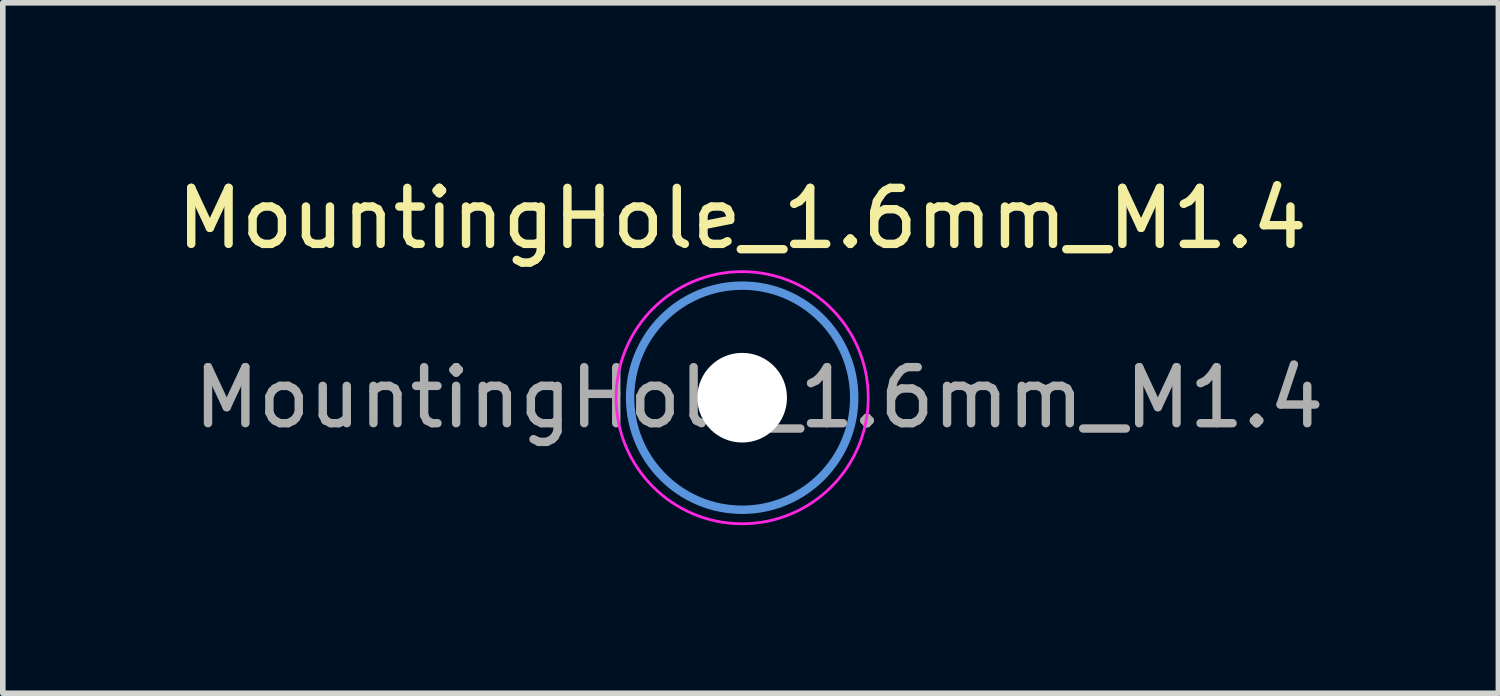
<source format=kicad_pcb>
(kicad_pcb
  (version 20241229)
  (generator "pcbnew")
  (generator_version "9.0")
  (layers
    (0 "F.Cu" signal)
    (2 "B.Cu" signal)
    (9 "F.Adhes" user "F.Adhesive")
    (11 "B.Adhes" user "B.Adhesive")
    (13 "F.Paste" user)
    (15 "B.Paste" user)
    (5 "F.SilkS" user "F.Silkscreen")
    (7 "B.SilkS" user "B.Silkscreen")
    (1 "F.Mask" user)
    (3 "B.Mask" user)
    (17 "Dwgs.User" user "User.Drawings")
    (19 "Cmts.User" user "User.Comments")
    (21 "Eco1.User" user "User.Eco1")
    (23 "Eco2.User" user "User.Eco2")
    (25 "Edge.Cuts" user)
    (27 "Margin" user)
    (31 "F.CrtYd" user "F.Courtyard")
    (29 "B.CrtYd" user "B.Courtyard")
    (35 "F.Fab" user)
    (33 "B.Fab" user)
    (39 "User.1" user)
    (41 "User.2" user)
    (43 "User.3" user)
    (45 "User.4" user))
  (footprint "MountingHole_1.6mm_M1.4"
    (layer "F.Cu")
    (at 10.196 4.048)
    (property "Reference" "MountingHole_1.6mm_M1.4" (at 0 -3.2 0) (layer "F.SilkS") (effects (font (size 1 1) (thickness 0.15))))
    (attr exclude_from_pos_files exclude_from_bom)
    (fp_circle (center 0 0) (end 2 0) (stroke (width 0.15) (type solid)) (fill no) (layer "Cmts.User"))
    (fp_circle (center 0 0) (end 2.25 0) (stroke (width 0.05) (type solid)) (fill no) (layer "F.CrtYd"))
    (fp_text user "${REFERENCE}" (at 0.3 0 0) (layer "F.Fab") (effects (font (size 1 1) (thickness 0.15))))
    (pad "" np_thru_hole circle (at 0 0) (size 1.6 1.6) (drill 1.6) (layers "*.Cu" "*.Mask")))
  (gr_rect
    (start -3 -3)
    (end 23.693 9.323)
    (stroke (width 0.1) (type default))
    (fill no)
    (layer "Edge.Cuts")))
</source>
